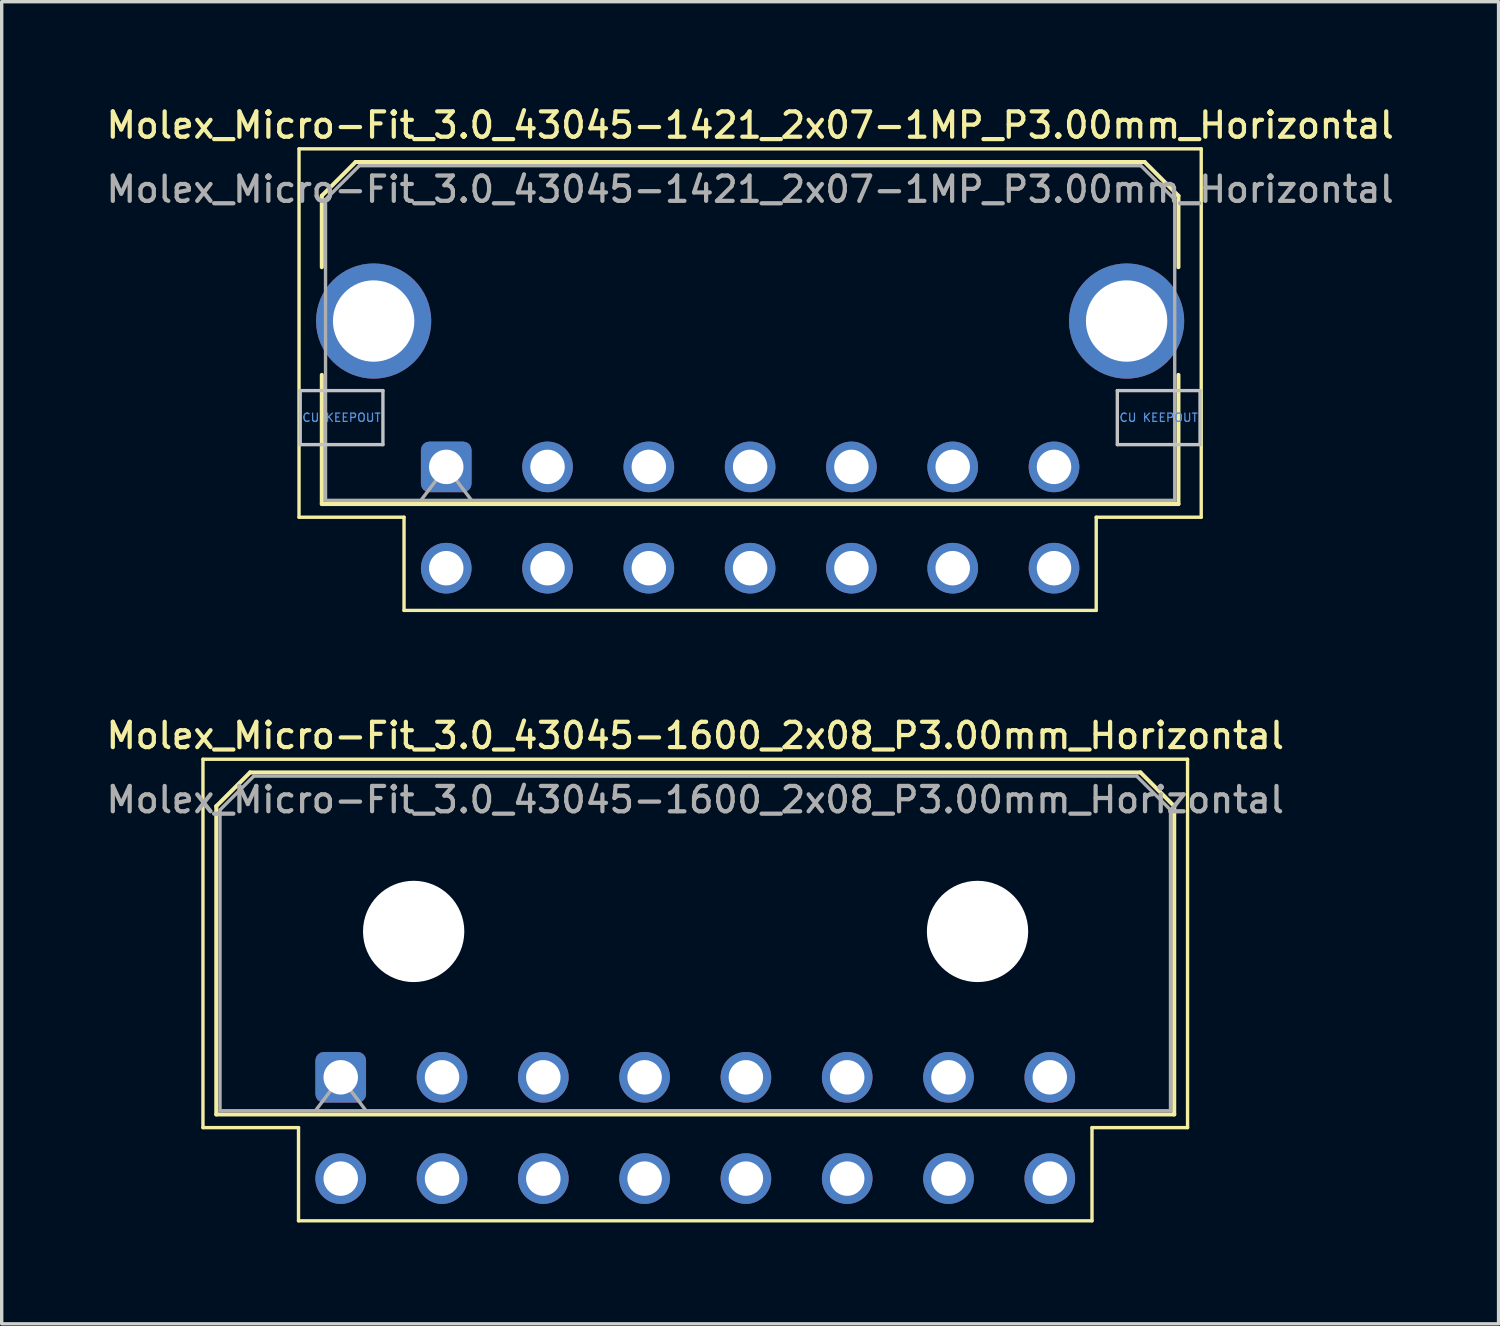
<source format=kicad_pcb>
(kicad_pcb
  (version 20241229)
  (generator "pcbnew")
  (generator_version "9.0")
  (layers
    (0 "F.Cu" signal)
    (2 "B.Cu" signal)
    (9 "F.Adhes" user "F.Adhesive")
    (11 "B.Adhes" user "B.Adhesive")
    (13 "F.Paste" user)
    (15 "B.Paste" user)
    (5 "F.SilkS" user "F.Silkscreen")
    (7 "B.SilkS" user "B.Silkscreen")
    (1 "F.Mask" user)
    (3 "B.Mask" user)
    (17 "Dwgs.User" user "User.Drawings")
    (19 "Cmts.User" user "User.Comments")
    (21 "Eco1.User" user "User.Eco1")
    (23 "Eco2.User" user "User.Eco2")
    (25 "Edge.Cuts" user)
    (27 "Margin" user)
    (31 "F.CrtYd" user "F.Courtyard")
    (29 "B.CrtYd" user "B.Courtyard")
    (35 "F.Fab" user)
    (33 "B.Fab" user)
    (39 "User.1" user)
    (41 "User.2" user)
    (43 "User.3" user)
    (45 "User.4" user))
  (footprint "Molex_Micro-Fit_3.0_43045-1421_2x07-1MP_P3.00mm_Horizontal"
    (layer "F.Cu")
    (at 10.166 10.778)
    (property "Reference" "Molex_Micro-Fit_3.0_43045-1421_2x07-1MP_P3.00mm_Horizontal" (at 9 -10.12 0) (layer "F.SilkS") (effects (font (size 0.75 0.75) (thickness 0.125))))
    (attr through_hole)
    (fp_line (start -4.36 -9.42) (end 22.36 -9.42) (stroke (width 0.1) (type solid)) (layer "F.SilkS"))
    (fp_line (start -4.36 1.49) (end -4.36 -9.42) (stroke (width 0.1) (type solid)) (layer "F.SilkS"))
    (fp_line (start -3.685 -8.03) (end -2.685 -9.03) (stroke (width 0.12) (type solid)) (layer "F.SilkS"))
    (fp_line (start -3.685 -5.915) (end -3.685 -8.03) (stroke (width 0.12) (type solid)) (layer "F.SilkS"))
    (fp_line (start -3.685 -2.725) (end -3.685 1.1) (stroke (width 0.12) (type solid)) (layer "F.SilkS"))
    (fp_line (start -3.685 1.1) (end 21.685 1.1) (stroke (width 0.12) (type solid)) (layer "F.SilkS"))
    (fp_line (start -2.685 -9.03) (end 20.685 -9.03) (stroke (width 0.12) (type solid)) (layer "F.SilkS"))
    (fp_line (start -1.25 1.49) (end -4.36 1.49) (stroke (width 0.1) (type solid)) (layer "F.SilkS"))
    (fp_line (start -1.25 4.25) (end -1.25 1.49) (stroke (width 0.1) (type solid)) (layer "F.SilkS"))
    (fp_line (start 19.25 1.49) (end 19.25 4.25) (stroke (width 0.1) (type solid)) (layer "F.SilkS"))
    (fp_line (start 19.25 4.25) (end -1.25 4.25) (stroke (width 0.1) (type solid)) (layer "F.SilkS"))
    (fp_line (start 20.685 -9.03) (end 21.685 -8.03) (stroke (width 0.12) (type solid)) (layer "F.SilkS"))
    (fp_line (start 21.685 -8.03) (end 21.685 -5.915) (stroke (width 0.12) (type solid)) (layer "F.SilkS"))
    (fp_line (start 21.685 1.1) (end 21.685 -2.725) (stroke (width 0.12) (type solid)) (layer "F.SilkS"))
    (fp_line (start 22.36 -9.42) (end 22.36 1.49) (stroke (width 0.1) (type solid)) (layer "F.SilkS"))
    (fp_line (start 22.36 1.49) (end 19.25 1.49) (stroke (width 0.1) (type solid)) (layer "F.SilkS"))
    (fp_line (start -4.325 -2.26) (end -4.325 -0.66) (stroke (width 0.1) (type solid)) (layer "Dwgs.User"))
    (fp_line (start -4.325 -0.66) (end -1.875 -0.66) (stroke (width 0.1) (type solid)) (layer "Dwgs.User"))
    (fp_line (start -1.875 -2.26) (end -4.325 -2.26) (stroke (width 0.1) (type solid)) (layer "Dwgs.User"))
    (fp_line (start -1.875 -0.66) (end -1.875 -2.26) (stroke (width 0.1) (type solid)) (layer "Dwgs.User"))
    (fp_line (start 19.875 -2.26) (end 19.875 -0.66) (stroke (width 0.1) (type solid)) (layer "Dwgs.User"))
    (fp_line (start 19.875 -0.66) (end 22.325 -0.66) (stroke (width 0.1) (type solid)) (layer "Dwgs.User"))
    (fp_line (start 22.325 -2.26) (end 19.875 -2.26) (stroke (width 0.1) (type solid)) (layer "Dwgs.User"))
    (fp_line (start 22.325 -0.66) (end 22.325 -2.26) (stroke (width 0.1) (type solid)) (layer "Dwgs.User"))
    (fp_line (start -3.575 -7.92) (end -2.575 -8.92) (stroke (width 0.1) (type solid)) (layer "F.Fab"))
    (fp_line (start -3.575 0.99) (end -3.575 -7.92) (stroke (width 0.1) (type solid)) (layer "F.Fab"))
    (fp_line (start -2.575 -8.92) (end 20.575 -8.92) (stroke (width 0.1) (type solid)) (layer "F.Fab"))
    (fp_line (start -0.75 0.99) (end 0 0) (stroke (width 0.1) (type solid)) (layer "F.Fab"))
    (fp_line (start 0 0) (end 0.75 0.99) (stroke (width 0.1) (type solid)) (layer "F.Fab"))
    (fp_line (start 20.575 -8.92) (end 21.575 -7.92) (stroke (width 0.1) (type solid)) (layer "F.Fab"))
    (fp_line (start 21.575 -7.92) (end 21.575 0.99) (stroke (width 0.1) (type solid)) (layer "F.Fab"))
    (fp_line (start 21.575 0.99) (end -3.575 0.99) (stroke (width 0.1) (type solid)) (layer "F.Fab"))
    (fp_text user "CU KEEPOUT" (at 21.1 -1.46 0) (layer "Cmts.User") (effects (font (size 0.245 0.245) (thickness 0.037))))
    (fp_text user "CU KEEPOUT" (at -3.1 -1.46 0) (layer "Cmts.User") (effects (font (size 0.245 0.245) (thickness 0.037))))
    (fp_text user "${REFERENCE}" (at 9 -8.22 0) (layer "F.Fab") (effects (font (size 0.75 0.75) (thickness 0.125))))
    (pad "1" thru_hole roundrect (at 0 0) (size 1.5 1.5) (drill 1.02) (layers "*.Cu" "*.Mask") (roundrect_rratio 0.167))
    (pad "2" thru_hole circle (at 3 0) (size 1.5 1.5) (drill 1.02) (layers "*.Cu" "*.Mask"))
    (pad "3" thru_hole circle (at 6 0) (size 1.5 1.5) (drill 1.02) (layers "*.Cu" "*.Mask"))
    (pad "4" thru_hole circle (at 9 0) (size 1.5 1.5) (drill 1.02) (layers "*.Cu" "*.Mask"))
    (pad "5" thru_hole circle (at 12 0) (size 1.5 1.5) (drill 1.02) (layers "*.Cu" "*.Mask"))
    (pad "6" thru_hole circle (at 15 0) (size 1.5 1.5) (drill 1.02) (layers "*.Cu" "*.Mask"))
    (pad "7" thru_hole circle (at 18 0) (size 1.5 1.5) (drill 1.02) (layers "*.Cu" "*.Mask"))
    (pad "8" thru_hole circle (at 0 3) (size 1.5 1.5) (drill 1.02) (layers "*.Cu" "*.Mask"))
    (pad "9" thru_hole circle (at 3 3) (size 1.5 1.5) (drill 1.02) (layers "*.Cu" "*.Mask"))
    (pad "10" thru_hole circle (at 6 3) (size 1.5 1.5) (drill 1.02) (layers "*.Cu" "*.Mask"))
    (pad "11" thru_hole circle (at 9 3) (size 1.5 1.5) (drill 1.02) (layers "*.Cu" "*.Mask"))
    (pad "12" thru_hole circle (at 12 3) (size 1.5 1.5) (drill 1.02) (layers "*.Cu" "*.Mask"))
    (pad "13" thru_hole circle (at 15 3) (size 1.5 1.5) (drill 1.02) (layers "*.Cu" "*.Mask"))
    (pad "14" thru_hole circle (at 18 3) (size 1.5 1.5) (drill 1.02) (layers "*.Cu" "*.Mask"))
    (pad "MP" thru_hole circle (at -2.15 -4.32) (size 3.41 3.41) (drill 2.41) (layers "*.Cu" "*.Mask"))
    (pad "MP" thru_hole circle (at 20.15 -4.32) (size 3.41 3.41) (drill 2.41) (layers "*.Cu" "*.Mask")))
  (footprint "Molex_Micro-Fit_3.0_43045-1600_2x08_P3.00mm_Horizontal"
    (layer "F.Cu")
    (at 7.041 28.856)
    (property "Reference" "Molex_Micro-Fit_3.0_43045-1600_2x08_P3.00mm_Horizontal" (at 10.5 -10.12 0) (layer "F.SilkS") (effects (font (size 0.75 0.75) (thickness 0.125))))
    (attr through_hole)
    (fp_line (start -4.08 -9.42) (end 25.08 -9.42) (stroke (width 0.1) (type solid)) (layer "F.SilkS"))
    (fp_line (start -4.08 1.49) (end -4.08 -9.42) (stroke (width 0.1) (type solid)) (layer "F.SilkS"))
    (fp_line (start -3.685 -8.03) (end -2.685 -9.03) (stroke (width 0.12) (type solid)) (layer "F.SilkS"))
    (fp_line (start -3.685 1.1) (end -3.685 -8.03) (stroke (width 0.12) (type solid)) (layer "F.SilkS"))
    (fp_line (start -2.685 -9.03) (end 23.685 -9.03) (stroke (width 0.12) (type solid)) (layer "F.SilkS"))
    (fp_line (start -1.25 1.49) (end -4.08 1.49) (stroke (width 0.1) (type solid)) (layer "F.SilkS"))
    (fp_line (start -1.25 4.25) (end -1.25 1.49) (stroke (width 0.1) (type solid)) (layer "F.SilkS"))
    (fp_line (start 22.25 1.49) (end 22.25 4.25) (stroke (width 0.1) (type solid)) (layer "F.SilkS"))
    (fp_line (start 22.25 4.25) (end -1.25 4.25) (stroke (width 0.1) (type solid)) (layer "F.SilkS"))
    (fp_line (start 23.685 -9.03) (end 24.685 -8.03) (stroke (width 0.12) (type solid)) (layer "F.SilkS"))
    (fp_line (start 24.685 -8.03) (end 24.685 1.1) (stroke (width 0.12) (type solid)) (layer "F.SilkS"))
    (fp_line (start 24.685 1.1) (end -3.685 1.1) (stroke (width 0.12) (type solid)) (layer "F.SilkS"))
    (fp_line (start 25.08 -9.42) (end 25.08 1.49) (stroke (width 0.1) (type solid)) (layer "F.SilkS"))
    (fp_line (start 25.08 1.49) (end 22.25 1.49) (stroke (width 0.1) (type solid)) (layer "F.SilkS"))
    (fp_line (start -3.575 -7.92) (end -2.575 -8.92) (stroke (width 0.1) (type solid)) (layer "F.Fab"))
    (fp_line (start -3.575 0.99) (end -3.575 -7.92) (stroke (width 0.1) (type solid)) (layer "F.Fab"))
    (fp_line (start -2.575 -8.92) (end 23.575 -8.92) (stroke (width 0.1) (type solid)) (layer "F.Fab"))
    (fp_line (start -0.75 0.99) (end 0 0) (stroke (width 0.1) (type solid)) (layer "F.Fab"))
    (fp_line (start 0 0) (end 0.75 0.99) (stroke (width 0.1) (type solid)) (layer "F.Fab"))
    (fp_line (start 23.575 -8.92) (end 24.575 -7.92) (stroke (width 0.1) (type solid)) (layer "F.Fab"))
    (fp_line (start 24.575 -7.92) (end 24.575 0.99) (stroke (width 0.1) (type solid)) (layer "F.Fab"))
    (fp_line (start 24.575 0.99) (end -3.575 0.99) (stroke (width 0.1) (type solid)) (layer "F.Fab"))
    (fp_text user "${REFERENCE}" (at 10.5 -8.22 0) (layer "F.Fab") (effects (font (size 0.75 0.75) (thickness 0.125))))
    (pad "" np_thru_hole circle (at 2.16 -4.32) (size 3 3) (drill 3) (layers "*.Cu" "*.Mask"))
    (pad "" np_thru_hole circle (at 18.86 -4.32) (size 3 3) (drill 3) (layers "*.Cu" "*.Mask"))
    (pad "1" thru_hole roundrect (at 0 0) (size 1.5 1.5) (drill 1.02) (layers "*.Cu" "*.Mask") (roundrect_rratio 0.167))
    (pad "2" thru_hole circle (at 3 0) (size 1.5 1.5) (drill 1.02) (layers "*.Cu" "*.Mask"))
    (pad "3" thru_hole circle (at 6 0) (size 1.5 1.5) (drill 1.02) (layers "*.Cu" "*.Mask"))
    (pad "4" thru_hole circle (at 9 0) (size 1.5 1.5) (drill 1.02) (layers "*.Cu" "*.Mask"))
    (pad "5" thru_hole circle (at 12 0) (size 1.5 1.5) (drill 1.02) (layers "*.Cu" "*.Mask"))
    (pad "6" thru_hole circle (at 15 0) (size 1.5 1.5) (drill 1.02) (layers "*.Cu" "*.Mask"))
    (pad "7" thru_hole circle (at 18 0) (size 1.5 1.5) (drill 1.02) (layers "*.Cu" "*.Mask"))
    (pad "8" thru_hole circle (at 21 0) (size 1.5 1.5) (drill 1.02) (layers "*.Cu" "*.Mask"))
    (pad "9" thru_hole circle (at 0 3) (size 1.5 1.5) (drill 1.02) (layers "*.Cu" "*.Mask"))
    (pad "10" thru_hole circle (at 3 3) (size 1.5 1.5) (drill 1.02) (layers "*.Cu" "*.Mask"))
    (pad "11" thru_hole circle (at 6 3) (size 1.5 1.5) (drill 1.02) (layers "*.Cu" "*.Mask"))
    (pad "12" thru_hole circle (at 9 3) (size 1.5 1.5) (drill 1.02) (layers "*.Cu" "*.Mask"))
    (pad "13" thru_hole circle (at 12 3) (size 1.5 1.5) (drill 1.02) (layers "*.Cu" "*.Mask"))
    (pad "14" thru_hole circle (at 15 3) (size 1.5 1.5) (drill 1.02) (layers "*.Cu" "*.Mask"))
    (pad "15" thru_hole circle (at 18 3) (size 1.5 1.5) (drill 1.02) (layers "*.Cu" "*.Mask"))
    (pad "16" thru_hole circle (at 21 3) (size 1.5 1.5) (drill 1.02) (layers "*.Cu" "*.Mask")))
  (gr_rect
    (start -3 -3)
    (end 41.332 36.156)
    (stroke (width 0.1) (type default))
    (fill no)
    (layer "Edge.Cuts")))
</source>
